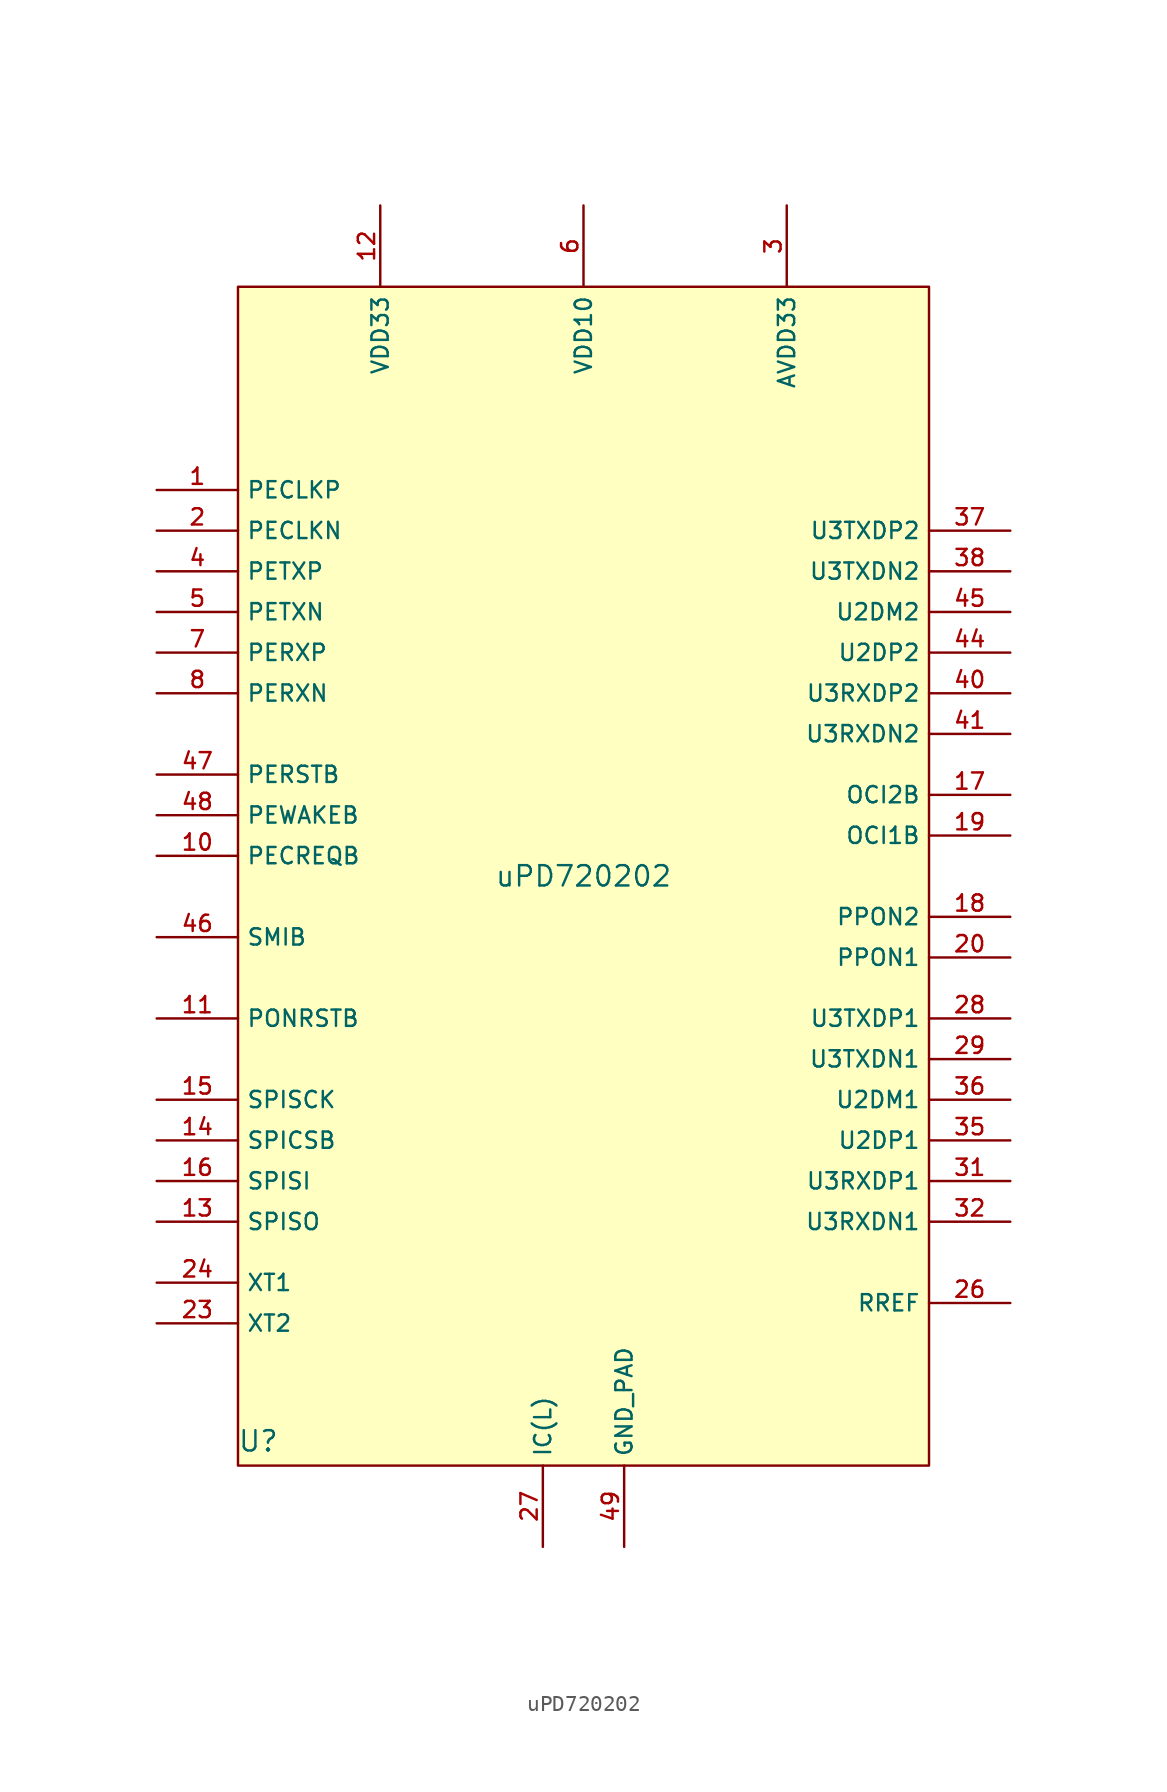
<source format=kicad_sym>
(kicad_symbol_lib
  (version 20230620)
  (generator kicad_symbol_editor)
  (symbol "uPD720202"
    (property "Reference" "U"
      (at -20.32 -35.306 0)
      (effects (font (size 1.27 1.27))))
    (property "Value" "uPD720202"
      (at 0 0 0)
      (effects (font (size 1.27 1.27))))
    (symbol "uPD720202_1_0"
      (pin input line (at -26.67 24.13 0) (length 5.08) (name "PECLKP" (effects (font (size 1.016 1.016)))) (number "1" (effects (font (size 1.016 1.016)))))
      (pin output line (at -26.67 1.27 0) (length 5.08) (name "PECREQB" (effects (font (size 1.016 1.016)))) (number "10" (effects (font (size 1.016 1.016)))))
      (pin input line (at -26.67 -8.89 0) (length 5.08) (name "PONRSTB" (effects (font (size 1.016 1.016)))) (number "11" (effects (font (size 1.016 1.016)))))
      (pin power_in line (at -12.7 41.91 270) (length 5.08) (name "VDD33" (effects (font (size 1.016 1.016)))) (number "12" (effects (font (size 1.016 1.016)))))
      (pin output line (at -26.67 -21.59 0) (length 5.08) (name "SPISO" (effects (font (size 1.016 1.016)))) (number "13" (effects (font (size 1.016 1.016)))))
      (pin output line (at -26.67 -16.51 0) (length 5.08) (name "SPICSB" (effects (font (size 1.016 1.016)))) (number "14" (effects (font (size 1.016 1.016)))))
      (pin output line (at -26.67 -13.97 0) (length 5.08) (name "SPISCK" (effects (font (size 1.016 1.016)))) (number "15" (effects (font (size 1.016 1.016)))))
      (pin output line (at -26.67 -19.05 0) (length 5.08) (name "SPISI" (effects (font (size 1.016 1.016)))) (number "16" (effects (font (size 1.016 1.016)))))
      (pin input line (at 26.67 5.08 180) (length 5.08) (name "OCI2B" (effects (font (size 1.016 1.016)))) (number "17" (effects (font (size 1.016 1.016)))))
      (pin output line (at 26.67 -2.54 180) (length 5.08) (name "PPON2" (effects (font (size 1.016 1.016)))) (number "18" (effects (font (size 1.016 1.016)))))
      (pin input line (at 26.67 2.54 180) (length 5.08) (name "OCI1B" (effects (font (size 1.016 1.016)))) (number "19" (effects (font (size 1.016 1.016)))))
      (pin input line (at -26.67 21.59 0) (length 5.08) (name "PECLKN" (effects (font (size 1.016 1.016)))) (number "2" (effects (font (size 1.016 1.016)))))
      (pin output line (at 26.67 -5.08 180) (length 5.08) (name "PPON1" (effects (font (size 1.016 1.016)))) (number "20" (effects (font (size 1.016 1.016)))))
      (pin passive line (at 0 41.91 270) (length 5.08) hide (name "VDD10" (effects (font (size 1.016 1.016)))) (number "21" (effects (font (size 1.016 1.016)))))
      (pin passive line (at -12.7 41.91 270) (length 5.08) hide (name "VDD33" (effects (font (size 1.016 1.016)))) (number "22" (effects (font (size 1.016 1.016)))))
      (pin input line (at -26.67 -27.94 0) (length 5.08) (name "XT2" (effects (font (size 1.016 1.016)))) (number "23" (effects (font (size 1.016 1.016)))))
      (pin input line (at -26.67 -25.4 0) (length 5.08) (name "XT1" (effects (font (size 1.016 1.016)))) (number "24" (effects (font (size 1.016 1.016)))))
      (pin passive line (at 12.7 41.91 270) (length 5.08) hide (name "AVDD33" (effects (font (size 1.016 1.016)))) (number "25" (effects (font (size 1.016 1.016)))))
      (pin input line (at 26.67 -26.67 180) (length 5.08) (name "RREF" (effects (font (size 1.016 1.016)))) (number "26" (effects (font (size 1.016 1.016)))))
      (pin power_in line (at -2.54 -41.91 90) (length 5.08) (name "IC(L)" (effects (font (size 1.016 1.016)))) (number "27" (effects (font (size 1.016 1.016)))))
      (pin output line (at 26.67 -8.89 180) (length 5.08) (name "U3TXDP1" (effects (font (size 1.016 1.016)))) (number "28" (effects (font (size 1.016 1.016)))))
      (pin output line (at 26.67 -11.43 180) (length 5.08) (name "U3TXDN1" (effects (font (size 1.016 1.016)))) (number "29" (effects (font (size 1.016 1.016)))))
      (pin power_in line (at 12.7 41.91 270) (length 5.08) (name "AVDD33" (effects (font (size 1.016 1.016)))) (number "3" (effects (font (size 1.016 1.016)))))
      (pin passive line (at 0 41.91 270) (length 5.08) hide (name "VDD10" (effects (font (size 1.016 1.016)))) (number "30" (effects (font (size 1.016 1.016)))))
      (pin input line (at 26.67 -19.05 180) (length 5.08) (name "U3RXDP1" (effects (font (size 1.016 1.016)))) (number "31" (effects (font (size 1.016 1.016)))))
      (pin input line (at 26.67 -21.59 180) (length 5.08) (name "U3RXDN1" (effects (font (size 1.016 1.016)))) (number "32" (effects (font (size 1.016 1.016)))))
      (pin passive line (at 0 41.91 270) (length 5.08) hide (name "VDD10" (effects (font (size 1.016 1.016)))) (number "33" (effects (font (size 1.016 1.016)))))
      (pin passive line (at -12.7 41.91 270) (length 5.08) hide (name "VDD33" (effects (font (size 1.016 1.016)))) (number "34" (effects (font (size 1.016 1.016)))))
      (pin bidirectional line (at 26.67 -16.51 180) (length 5.08) (name "U2DP1" (effects (font (size 1.016 1.016)))) (number "35" (effects (font (size 1.016 1.016)))))
      (pin bidirectional line (at 26.67 -13.97 180) (length 5.08) (name "U2DM1" (effects (font (size 1.016 1.016)))) (number "36" (effects (font (size 1.016 1.016)))))
      (pin output line (at 26.67 21.59 180) (length 5.08) (name "U3TXDP2" (effects (font (size 1.016 1.016)))) (number "37" (effects (font (size 1.016 1.016)))))
      (pin output line (at 26.67 19.05 180) (length 5.08) (name "U3TXDN2" (effects (font (size 1.016 1.016)))) (number "38" (effects (font (size 1.016 1.016)))))
      (pin passive line (at 0 41.91 270) (length 5.08) hide (name "VDD10" (effects (font (size 1.016 1.016)))) (number "39" (effects (font (size 1.016 1.016)))))
      (pin output line (at -26.67 19.05 0) (length 5.08) (name "PETXP" (effects (font (size 1.016 1.016)))) (number "4" (effects (font (size 1.016 1.016)))))
      (pin input line (at 26.67 11.43 180) (length 5.08) (name "U3RXDP2" (effects (font (size 1.016 1.016)))) (number "40" (effects (font (size 1.016 1.016)))))
      (pin input line (at 26.67 8.89 180) (length 5.08) (name "U3RXDN2" (effects (font (size 1.016 1.016)))) (number "41" (effects (font (size 1.016 1.016)))))
      (pin passive line (at 0 41.91 270) (length 5.08) hide (name "VDD10" (effects (font (size 1.016 1.016)))) (number "42" (effects (font (size 1.016 1.016)))))
      (pin passive line (at -12.7 41.91 270) (length 5.08) hide (name "VDD33" (effects (font (size 1.016 1.016)))) (number "43" (effects (font (size 1.016 1.016)))))
      (pin bidirectional line (at 26.67 13.97 180) (length 5.08) (name "U2DP2" (effects (font (size 1.016 1.016)))) (number "44" (effects (font (size 1.016 1.016)))))
      (pin bidirectional line (at 26.67 16.51 180) (length 5.08) (name "U2DM2" (effects (font (size 1.016 1.016)))) (number "45" (effects (font (size 1.016 1.016)))))
      (pin output line (at -26.67 -3.81 0) (length 5.08) (name "SMIB" (effects (font (size 1.016 1.016)))) (number "46" (effects (font (size 1.016 1.016)))))
      (pin input line (at -26.67 6.35 0) (length 5.08) (name "PERSTB" (effects (font (size 1.016 1.016)))) (number "47" (effects (font (size 1.016 1.016)))))
      (pin output line (at -26.67 3.81 0) (length 5.08) (name "PEWAKEB" (effects (font (size 1.016 1.016)))) (number "48" (effects (font (size 1.016 1.016)))))
      (pin power_in line (at 2.54 -41.91 90) (length 5.08) (name "GND_PAD" (effects (font (size 1.016 1.016)))) (number "49" (effects (font (size 1.016 1.016)))))
      (pin output line (at -26.67 16.51 0) (length 5.08) (name "PETXN" (effects (font (size 1.016 1.016)))) (number "5" (effects (font (size 1.016 1.016)))))
      (pin power_in line (at 0 41.91 270) (length 5.08) (name "VDD10" (effects (font (size 1.016 1.016)))) (number "6" (effects (font (size 1.016 1.016)))))
      (pin input line (at -26.67 13.97 0) (length 5.08) (name "PERXP" (effects (font (size 1.016 1.016)))) (number "7" (effects (font (size 1.016 1.016)))))
      (pin input line (at -26.67 11.43 0) (length 5.08) (name "PERXN" (effects (font (size 1.016 1.016)))) (number "8" (effects (font (size 1.016 1.016)))))
      (pin passive line (at 0 41.91 270) (length 5.08) hide (name "VDD10" (effects (font (size 1.016 1.016)))) (number "9" (effects (font (size 1.016 1.016))))))
    (symbol "uPD720202_1_1"
      (rectangle (start -21.59 36.83) (end 21.59 -36.83) (stroke (width 0) (type default)) (fill (type background))))))
</source>
